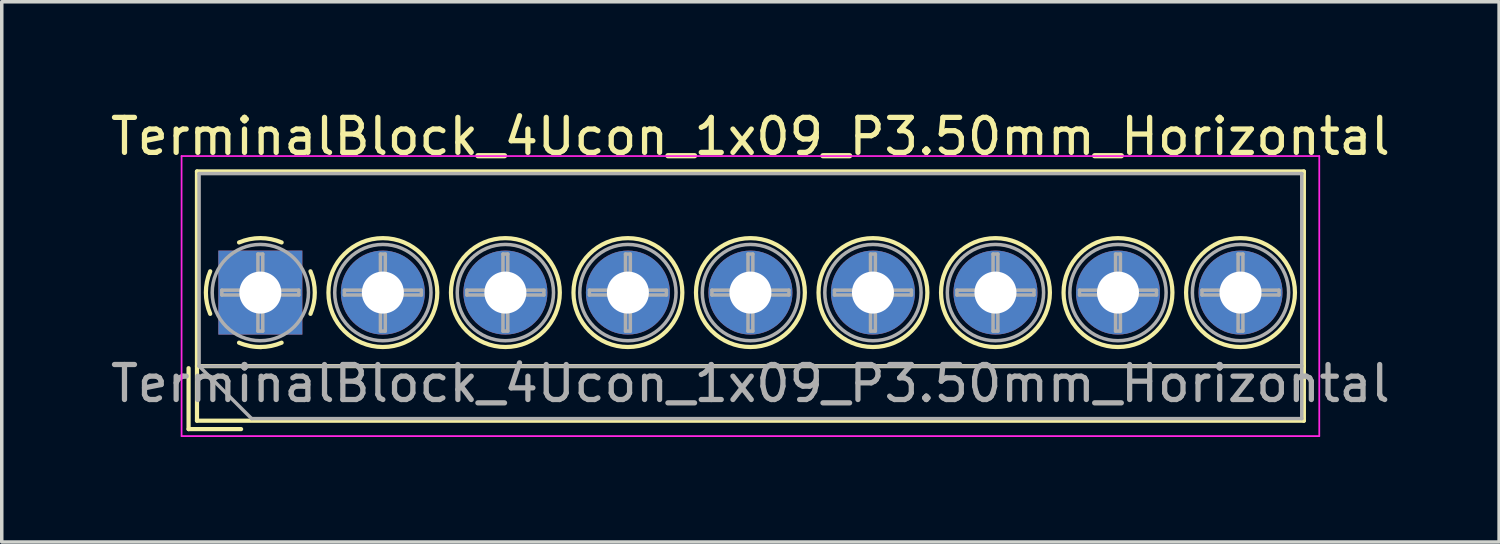
<source format=kicad_pcb>
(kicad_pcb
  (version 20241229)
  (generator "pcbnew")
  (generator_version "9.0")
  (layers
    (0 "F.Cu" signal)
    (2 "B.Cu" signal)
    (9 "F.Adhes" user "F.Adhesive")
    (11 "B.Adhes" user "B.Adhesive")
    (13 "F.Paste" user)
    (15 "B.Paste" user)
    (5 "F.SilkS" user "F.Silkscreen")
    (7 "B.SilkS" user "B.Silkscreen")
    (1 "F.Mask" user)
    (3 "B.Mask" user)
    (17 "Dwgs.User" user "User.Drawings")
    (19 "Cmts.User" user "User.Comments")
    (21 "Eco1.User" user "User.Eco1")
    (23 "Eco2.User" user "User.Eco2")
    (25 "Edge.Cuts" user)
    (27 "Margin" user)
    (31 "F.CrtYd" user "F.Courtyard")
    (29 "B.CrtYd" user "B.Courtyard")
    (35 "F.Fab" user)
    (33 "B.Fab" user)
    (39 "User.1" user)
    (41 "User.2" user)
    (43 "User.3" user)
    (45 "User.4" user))
  (footprint "TerminalBlock_4Ucon_1x09_P3.50mm_Horizontal"
    (layer "F.Cu")
    (at 4.387 5.308)
    (property "Reference" "TerminalBlock_4Ucon_1x09_P3.50mm_Horizontal" (at 14 -4.46 0) (layer "F.SilkS") (effects (font (size 1 1) (thickness 0.15))))
    (attr through_hole)
    (fp_line (start -2.05 2.16) (end -2.05 3.9) (stroke (width 0.12) (type solid)) (layer "F.SilkS"))
    (fp_line (start -2.05 3.9) (end -0.55 3.9) (stroke (width 0.12) (type solid)) (layer "F.SilkS"))
    (fp_line (start -1.81 -3.46) (end -1.81 3.66) (stroke (width 0.12) (type solid)) (layer "F.SilkS"))
    (fp_line (start -1.81 2.1) (end 29.81 2.1) (stroke (width 0.12) (type solid)) (layer "F.SilkS"))
    (fp_line (start -1.81 3.66) (end 29.81 3.66) (stroke (width 0.12) (type solid)) (layer "F.SilkS"))
    (fp_line (start 29.81 -3.46) (end -1.81 -3.46) (stroke (width 0.12) (type solid)) (layer "F.SilkS"))
    (fp_line (start 29.81 3.66) (end 29.81 -3.46) (stroke (width 0.12) (type solid)) (layer "F.SilkS"))
    (fp_arc (start -1.432109 0.607742) (mid -1.555727 -0.00014) (end -1.432 -0.608) (stroke (width 0.12) (type solid)) (layer "F.SilkS"))
    (fp_arc (start -0.607742 -1.432109) (mid 0.00014 -1.555727) (end 0.608 -1.432) (stroke (width 0.12) (type solid)) (layer "F.SilkS"))
    (fp_arc (start 0.027011 1.555493) (mid -0.296984 1.527118) (end -0.608 1.432) (stroke (width 0.12) (type solid)) (layer "F.SilkS"))
    (fp_arc (start 0.607587 1.431385) (mid 0.310017 1.523783) (end 0 1.555) (stroke (width 0.12) (type solid)) (layer "F.SilkS"))
    (fp_arc (start 1.432109 -0.607742) (mid 1.555727 0.00014) (end 1.432 0.608) (stroke (width 0.12) (type solid)) (layer "F.SilkS"))
    (fp_circle (center 3.5 0) (end 5.055 0) (stroke (width 0.12) (type solid)) (fill no) (layer "F.SilkS"))
    (fp_circle (center 7 0) (end 8.555 0) (stroke (width 0.12) (type solid)) (fill no) (layer "F.SilkS"))
    (fp_circle (center 10.5 0) (end 12.055 0) (stroke (width 0.12) (type solid)) (fill no) (layer "F.SilkS"))
    (fp_circle (center 14 0) (end 15.555 0) (stroke (width 0.12) (type solid)) (fill no) (layer "F.SilkS"))
    (fp_circle (center 17.5 0) (end 19.055 0) (stroke (width 0.12) (type solid)) (fill no) (layer "F.SilkS"))
    (fp_circle (center 21 0) (end 22.555 0) (stroke (width 0.12) (type solid)) (fill no) (layer "F.SilkS"))
    (fp_circle (center 24.5 0) (end 26.055 0) (stroke (width 0.12) (type solid)) (fill no) (layer "F.SilkS"))
    (fp_circle (center 28 0) (end 29.555 0) (stroke (width 0.12) (type solid)) (fill no) (layer "F.SilkS"))
    (fp_line (start -2.25 -3.9) (end -2.25 4.1) (stroke (width 0.05) (type solid)) (layer "F.CrtYd"))
    (fp_line (start -2.25 4.1) (end 30.25 4.1) (stroke (width 0.05) (type solid)) (layer "F.CrtYd"))
    (fp_line (start 30.25 -3.9) (end -2.25 -3.9) (stroke (width 0.05) (type solid)) (layer "F.CrtYd"))
    (fp_line (start 30.25 4.1) (end 30.25 -3.9) (stroke (width 0.05) (type solid)) (layer "F.CrtYd"))
    (fp_line (start -1.75 -3.4) (end 29.75 -3.4) (stroke (width 0.1) (type solid)) (layer "F.Fab"))
    (fp_line (start -1.75 2.1) (end -1.75 -3.4) (stroke (width 0.1) (type solid)) (layer "F.Fab"))
    (fp_line (start -1.75 2.1) (end 29.75 2.1) (stroke (width 0.1) (type solid)) (layer "F.Fab"))
    (fp_line (start -1.1 -0.069) (end -0.069 -0.069) (stroke (width 0.1) (type solid)) (layer "F.Fab"))
    (fp_line (start -1.1 0.069) (end -1.1 -0.069) (stroke (width 0.1) (type solid)) (layer "F.Fab"))
    (fp_line (start -0.25 3.6) (end -1.75 2.1) (stroke (width 0.1) (type solid)) (layer "F.Fab"))
    (fp_line (start -0.069 -1.1) (end 0.069 -1.1) (stroke (width 0.1) (type solid)) (layer "F.Fab"))
    (fp_line (start -0.069 -0.069) (end -0.069 -1.1) (stroke (width 0.1) (type solid)) (layer "F.Fab"))
    (fp_line (start -0.069 0.069) (end -1.1 0.069) (stroke (width 0.1) (type solid)) (layer "F.Fab"))
    (fp_line (start -0.069 1.1) (end -0.069 0.069) (stroke (width 0.1) (type solid)) (layer "F.Fab"))
    (fp_line (start 0.069 -1.1) (end 0.069 -0.069) (stroke (width 0.1) (type solid)) (layer "F.Fab"))
    (fp_line (start 0.069 -0.069) (end 1.1 -0.069) (stroke (width 0.1) (type solid)) (layer "F.Fab"))
    (fp_line (start 0.069 0.069) (end 0.069 1.1) (stroke (width 0.1) (type solid)) (layer "F.Fab"))
    (fp_line (start 0.069 1.1) (end -0.069 1.1) (stroke (width 0.1) (type solid)) (layer "F.Fab"))
    (fp_line (start 1.1 -0.069) (end 1.1 0.069) (stroke (width 0.1) (type solid)) (layer "F.Fab"))
    (fp_line (start 1.1 0.069) (end 0.069 0.069) (stroke (width 0.1) (type solid)) (layer "F.Fab"))
    (fp_line (start 2.4 -0.069) (end 3.431 -0.069) (stroke (width 0.1) (type solid)) (layer "F.Fab"))
    (fp_line (start 2.4 0.069) (end 2.4 -0.069) (stroke (width 0.1) (type solid)) (layer "F.Fab"))
    (fp_line (start 3.431 -1.1) (end 3.569 -1.1) (stroke (width 0.1) (type solid)) (layer "F.Fab"))
    (fp_line (start 3.431 -0.069) (end 3.431 -1.1) (stroke (width 0.1) (type solid)) (layer "F.Fab"))
    (fp_line (start 3.431 0.069) (end 2.4 0.069) (stroke (width 0.1) (type solid)) (layer "F.Fab"))
    (fp_line (start 3.431 1.1) (end 3.431 0.069) (stroke (width 0.1) (type solid)) (layer "F.Fab"))
    (fp_line (start 3.569 -1.1) (end 3.569 -0.069) (stroke (width 0.1) (type solid)) (layer "F.Fab"))
    (fp_line (start 3.569 -0.069) (end 4.6 -0.069) (stroke (width 0.1) (type solid)) (layer "F.Fab"))
    (fp_line (start 3.569 0.069) (end 3.569 1.1) (stroke (width 0.1) (type solid)) (layer "F.Fab"))
    (fp_line (start 3.569 1.1) (end 3.431 1.1) (stroke (width 0.1) (type solid)) (layer "F.Fab"))
    (fp_line (start 4.6 -0.069) (end 4.6 0.069) (stroke (width 0.1) (type solid)) (layer "F.Fab"))
    (fp_line (start 4.6 0.069) (end 3.569 0.069) (stroke (width 0.1) (type solid)) (layer "F.Fab"))
    (fp_line (start 5.9 -0.069) (end 6.931 -0.069) (stroke (width 0.1) (type solid)) (layer "F.Fab"))
    (fp_line (start 5.9 0.069) (end 5.9 -0.069) (stroke (width 0.1) (type solid)) (layer "F.Fab"))
    (fp_line (start 6.931 -1.1) (end 7.069 -1.1) (stroke (width 0.1) (type solid)) (layer "F.Fab"))
    (fp_line (start 6.931 -0.069) (end 6.931 -1.1) (stroke (width 0.1) (type solid)) (layer "F.Fab"))
    (fp_line (start 6.931 0.069) (end 5.9 0.069) (stroke (width 0.1) (type solid)) (layer "F.Fab"))
    (fp_line (start 6.931 1.1) (end 6.931 0.069) (stroke (width 0.1) (type solid)) (layer "F.Fab"))
    (fp_line (start 7.069 -1.1) (end 7.069 -0.069) (stroke (width 0.1) (type solid)) (layer "F.Fab"))
    (fp_line (start 7.069 -0.069) (end 8.1 -0.069) (stroke (width 0.1) (type solid)) (layer "F.Fab"))
    (fp_line (start 7.069 0.069) (end 7.069 1.1) (stroke (width 0.1) (type solid)) (layer "F.Fab"))
    (fp_line (start 7.069 1.1) (end 6.931 1.1) (stroke (width 0.1) (type solid)) (layer "F.Fab"))
    (fp_line (start 8.1 -0.069) (end 8.1 0.069) (stroke (width 0.1) (type solid)) (layer "F.Fab"))
    (fp_line (start 8.1 0.069) (end 7.069 0.069) (stroke (width 0.1) (type solid)) (layer "F.Fab"))
    (fp_line (start 9.4 -0.069) (end 10.431 -0.069) (stroke (width 0.1) (type solid)) (layer "F.Fab"))
    (fp_line (start 9.4 0.069) (end 9.4 -0.069) (stroke (width 0.1) (type solid)) (layer "F.Fab"))
    (fp_line (start 10.431 -1.1) (end 10.569 -1.1) (stroke (width 0.1) (type solid)) (layer "F.Fab"))
    (fp_line (start 10.431 -0.069) (end 10.431 -1.1) (stroke (width 0.1) (type solid)) (layer "F.Fab"))
    (fp_line (start 10.431 0.069) (end 9.4 0.069) (stroke (width 0.1) (type solid)) (layer "F.Fab"))
    (fp_line (start 10.431 1.1) (end 10.431 0.069) (stroke (width 0.1) (type solid)) (layer "F.Fab"))
    (fp_line (start 10.569 -1.1) (end 10.569 -0.069) (stroke (width 0.1) (type solid)) (layer "F.Fab"))
    (fp_line (start 10.569 -0.069) (end 11.6 -0.069) (stroke (width 0.1) (type solid)) (layer "F.Fab"))
    (fp_line (start 10.569 0.069) (end 10.569 1.1) (stroke (width 0.1) (type solid)) (layer "F.Fab"))
    (fp_line (start 10.569 1.1) (end 10.431 1.1) (stroke (width 0.1) (type solid)) (layer "F.Fab"))
    (fp_line (start 11.6 -0.069) (end 11.6 0.069) (stroke (width 0.1) (type solid)) (layer "F.Fab"))
    (fp_line (start 11.6 0.069) (end 10.569 0.069) (stroke (width 0.1) (type solid)) (layer "F.Fab"))
    (fp_line (start 12.9 -0.069) (end 13.931 -0.069) (stroke (width 0.1) (type solid)) (layer "F.Fab"))
    (fp_line (start 12.9 0.069) (end 12.9 -0.069) (stroke (width 0.1) (type solid)) (layer "F.Fab"))
    (fp_line (start 13.931 -1.1) (end 14.069 -1.1) (stroke (width 0.1) (type solid)) (layer "F.Fab"))
    (fp_line (start 13.931 -0.069) (end 13.931 -1.1) (stroke (width 0.1) (type solid)) (layer "F.Fab"))
    (fp_line (start 13.931 0.069) (end 12.9 0.069) (stroke (width 0.1) (type solid)) (layer "F.Fab"))
    (fp_line (start 13.931 1.1) (end 13.931 0.069) (stroke (width 0.1) (type solid)) (layer "F.Fab"))
    (fp_line (start 14.069 -1.1) (end 14.069 -0.069) (stroke (width 0.1) (type solid)) (layer "F.Fab"))
    (fp_line (start 14.069 -0.069) (end 15.1 -0.069) (stroke (width 0.1) (type solid)) (layer "F.Fab"))
    (fp_line (start 14.069 0.069) (end 14.069 1.1) (stroke (width 0.1) (type solid)) (layer "F.Fab"))
    (fp_line (start 14.069 1.1) (end 13.931 1.1) (stroke (width 0.1) (type solid)) (layer "F.Fab"))
    (fp_line (start 15.1 -0.069) (end 15.1 0.069) (stroke (width 0.1) (type solid)) (layer "F.Fab"))
    (fp_line (start 15.1 0.069) (end 14.069 0.069) (stroke (width 0.1) (type solid)) (layer "F.Fab"))
    (fp_line (start 16.4 -0.069) (end 17.431 -0.069) (stroke (width 0.1) (type solid)) (layer "F.Fab"))
    (fp_line (start 16.4 0.069) (end 16.4 -0.069) (stroke (width 0.1) (type solid)) (layer "F.Fab"))
    (fp_line (start 17.431 -1.1) (end 17.569 -1.1) (stroke (width 0.1) (type solid)) (layer "F.Fab"))
    (fp_line (start 17.431 -0.069) (end 17.431 -1.1) (stroke (width 0.1) (type solid)) (layer "F.Fab"))
    (fp_line (start 17.431 0.069) (end 16.4 0.069) (stroke (width 0.1) (type solid)) (layer "F.Fab"))
    (fp_line (start 17.431 1.1) (end 17.431 0.069) (stroke (width 0.1) (type solid)) (layer "F.Fab"))
    (fp_line (start 17.569 -1.1) (end 17.569 -0.069) (stroke (width 0.1) (type solid)) (layer "F.Fab"))
    (fp_line (start 17.569 -0.069) (end 18.6 -0.069) (stroke (width 0.1) (type solid)) (layer "F.Fab"))
    (fp_line (start 17.569 0.069) (end 17.569 1.1) (stroke (width 0.1) (type solid)) (layer "F.Fab"))
    (fp_line (start 17.569 1.1) (end 17.431 1.1) (stroke (width 0.1) (type solid)) (layer "F.Fab"))
    (fp_line (start 18.6 -0.069) (end 18.6 0.069) (stroke (width 0.1) (type solid)) (layer "F.Fab"))
    (fp_line (start 18.6 0.069) (end 17.569 0.069) (stroke (width 0.1) (type solid)) (layer "F.Fab"))
    (fp_line (start 19.9 -0.069) (end 20.931 -0.069) (stroke (width 0.1) (type solid)) (layer "F.Fab"))
    (fp_line (start 19.9 0.069) (end 19.9 -0.069) (stroke (width 0.1) (type solid)) (layer "F.Fab"))
    (fp_line (start 20.931 -1.1) (end 21.069 -1.1) (stroke (width 0.1) (type solid)) (layer "F.Fab"))
    (fp_line (start 20.931 -0.069) (end 20.931 -1.1) (stroke (width 0.1) (type solid)) (layer "F.Fab"))
    (fp_line (start 20.931 0.069) (end 19.9 0.069) (stroke (width 0.1) (type solid)) (layer "F.Fab"))
    (fp_line (start 20.931 1.1) (end 20.931 0.069) (stroke (width 0.1) (type solid)) (layer "F.Fab"))
    (fp_line (start 21.069 -1.1) (end 21.069 -0.069) (stroke (width 0.1) (type solid)) (layer "F.Fab"))
    (fp_line (start 21.069 -0.069) (end 22.1 -0.069) (stroke (width 0.1) (type solid)) (layer "F.Fab"))
    (fp_line (start 21.069 0.069) (end 21.069 1.1) (stroke (width 0.1) (type solid)) (layer "F.Fab"))
    (fp_line (start 21.069 1.1) (end 20.931 1.1) (stroke (width 0.1) (type solid)) (layer "F.Fab"))
    (fp_line (start 22.1 -0.069) (end 22.1 0.069) (stroke (width 0.1) (type solid)) (layer "F.Fab"))
    (fp_line (start 22.1 0.069) (end 21.069 0.069) (stroke (width 0.1) (type solid)) (layer "F.Fab"))
    (fp_line (start 23.4 -0.069) (end 24.431 -0.069) (stroke (width 0.1) (type solid)) (layer "F.Fab"))
    (fp_line (start 23.4 0.069) (end 23.4 -0.069) (stroke (width 0.1) (type solid)) (layer "F.Fab"))
    (fp_line (start 24.431 -1.1) (end 24.569 -1.1) (stroke (width 0.1) (type solid)) (layer "F.Fab"))
    (fp_line (start 24.431 -0.069) (end 24.431 -1.1) (stroke (width 0.1) (type solid)) (layer "F.Fab"))
    (fp_line (start 24.431 0.069) (end 23.4 0.069) (stroke (width 0.1) (type solid)) (layer "F.Fab"))
    (fp_line (start 24.431 1.1) (end 24.431 0.069) (stroke (width 0.1) (type solid)) (layer "F.Fab"))
    (fp_line (start 24.569 -1.1) (end 24.569 -0.069) (stroke (width 0.1) (type solid)) (layer "F.Fab"))
    (fp_line (start 24.569 -0.069) (end 25.6 -0.069) (stroke (width 0.1) (type solid)) (layer "F.Fab"))
    (fp_line (start 24.569 0.069) (end 24.569 1.1) (stroke (width 0.1) (type solid)) (layer "F.Fab"))
    (fp_line (start 24.569 1.1) (end 24.431 1.1) (stroke (width 0.1) (type solid)) (layer "F.Fab"))
    (fp_line (start 25.6 -0.069) (end 25.6 0.069) (stroke (width 0.1) (type solid)) (layer "F.Fab"))
    (fp_line (start 25.6 0.069) (end 24.569 0.069) (stroke (width 0.1) (type solid)) (layer "F.Fab"))
    (fp_line (start 26.9 -0.069) (end 27.931 -0.069) (stroke (width 0.1) (type solid)) (layer "F.Fab"))
    (fp_line (start 26.9 0.069) (end 26.9 -0.069) (stroke (width 0.1) (type solid)) (layer "F.Fab"))
    (fp_line (start 27.931 -1.1) (end 28.069 -1.1) (stroke (width 0.1) (type solid)) (layer "F.Fab"))
    (fp_line (start 27.931 -0.069) (end 27.931 -1.1) (stroke (width 0.1) (type solid)) (layer "F.Fab"))
    (fp_line (start 27.931 0.069) (end 26.9 0.069) (stroke (width 0.1) (type solid)) (layer "F.Fab"))
    (fp_line (start 27.931 1.1) (end 27.931 0.069) (stroke (width 0.1) (type solid)) (layer "F.Fab"))
    (fp_line (start 28.069 -1.1) (end 28.069 -0.069) (stroke (width 0.1) (type solid)) (layer "F.Fab"))
    (fp_line (start 28.069 -0.069) (end 29.1 -0.069) (stroke (width 0.1) (type solid)) (layer "F.Fab"))
    (fp_line (start 28.069 0.069) (end 28.069 1.1) (stroke (width 0.1) (type solid)) (layer "F.Fab"))
    (fp_line (start 28.069 1.1) (end 27.931 1.1) (stroke (width 0.1) (type solid)) (layer "F.Fab"))
    (fp_line (start 29.1 -0.069) (end 29.1 0.069) (stroke (width 0.1) (type solid)) (layer "F.Fab"))
    (fp_line (start 29.1 0.069) (end 28.069 0.069) (stroke (width 0.1) (type solid)) (layer "F.Fab"))
    (fp_line (start 29.75 -3.4) (end 29.75 3.6) (stroke (width 0.1) (type solid)) (layer "F.Fab"))
    (fp_line (start 29.75 3.6) (end -0.25 3.6) (stroke (width 0.1) (type solid)) (layer "F.Fab"))
    (fp_circle (center 0 0) (end 1.375 0) (stroke (width 0.1) (type solid)) (fill no) (layer "F.Fab"))
    (fp_circle (center 3.5 0) (end 4.875 0) (stroke (width 0.1) (type solid)) (fill no) (layer "F.Fab"))
    (fp_circle (center 7 0) (end 8.375 0) (stroke (width 0.1) (type solid)) (fill no) (layer "F.Fab"))
    (fp_circle (center 10.5 0) (end 11.875 0) (stroke (width 0.1) (type solid)) (fill no) (layer "F.Fab"))
    (fp_circle (center 14 0) (end 15.375 0) (stroke (width 0.1) (type solid)) (fill no) (layer "F.Fab"))
    (fp_circle (center 17.5 0) (end 18.875 0) (stroke (width 0.1) (type solid)) (fill no) (layer "F.Fab"))
    (fp_circle (center 21 0) (end 22.375 0) (stroke (width 0.1) (type solid)) (fill no) (layer "F.Fab"))
    (fp_circle (center 24.5 0) (end 25.875 0) (stroke (width 0.1) (type solid)) (fill no) (layer "F.Fab"))
    (fp_circle (center 28 0) (end 29.375 0) (stroke (width 0.1) (type solid)) (fill no) (layer "F.Fab"))
    (fp_text user "${REFERENCE}" (at 14 2.6 0) (layer "F.Fab") (effects (font (size 1 1) (thickness 0.15))))
    (pad "1" thru_hole rect (at 0 0) (size 2.4 2.4) (drill 1.2) (layers "*.Cu" "*.Mask"))
    (pad "2" thru_hole circle (at 3.5 0) (size 2.4 2.4) (drill 1.2) (layers "*.Cu" "*.Mask"))
    (pad "3" thru_hole circle (at 7 0) (size 2.4 2.4) (drill 1.2) (layers "*.Cu" "*.Mask"))
    (pad "4" thru_hole circle (at 10.5 0) (size 2.4 2.4) (drill 1.2) (layers "*.Cu" "*.Mask"))
    (pad "5" thru_hole circle (at 14 0) (size 2.4 2.4) (drill 1.2) (layers "*.Cu" "*.Mask"))
    (pad "6" thru_hole circle (at 17.5 0) (size 2.4 2.4) (drill 1.2) (layers "*.Cu" "*.Mask"))
    (pad "7" thru_hole circle (at 21 0) (size 2.4 2.4) (drill 1.2) (layers "*.Cu" "*.Mask"))
    (pad "8" thru_hole circle (at 24.5 0) (size 2.4 2.4) (drill 1.2) (layers "*.Cu" "*.Mask"))
    (pad "9" thru_hole circle (at 28 0) (size 2.4 2.4) (drill 1.2) (layers "*.Cu" "*.Mask")))
  (gr_rect
    (start -3 -3)
    (end 39.774 12.433)
    (stroke (width 0.1) (type default))
    (fill no)
    (layer "Edge.Cuts")))
</source>
